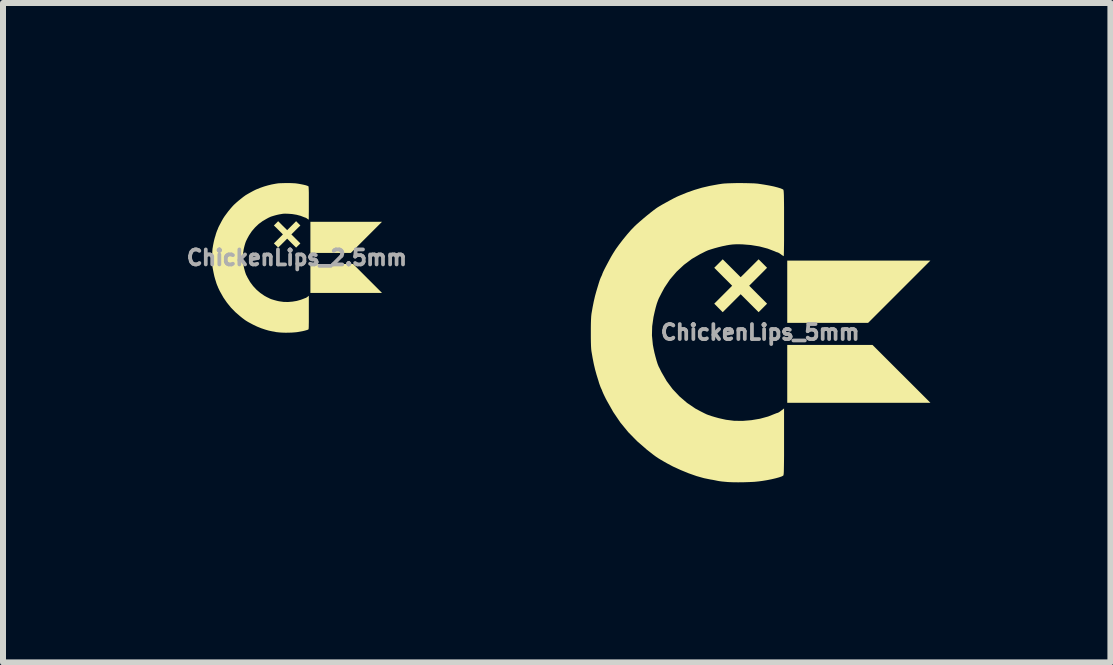
<source format=kicad_pcb>
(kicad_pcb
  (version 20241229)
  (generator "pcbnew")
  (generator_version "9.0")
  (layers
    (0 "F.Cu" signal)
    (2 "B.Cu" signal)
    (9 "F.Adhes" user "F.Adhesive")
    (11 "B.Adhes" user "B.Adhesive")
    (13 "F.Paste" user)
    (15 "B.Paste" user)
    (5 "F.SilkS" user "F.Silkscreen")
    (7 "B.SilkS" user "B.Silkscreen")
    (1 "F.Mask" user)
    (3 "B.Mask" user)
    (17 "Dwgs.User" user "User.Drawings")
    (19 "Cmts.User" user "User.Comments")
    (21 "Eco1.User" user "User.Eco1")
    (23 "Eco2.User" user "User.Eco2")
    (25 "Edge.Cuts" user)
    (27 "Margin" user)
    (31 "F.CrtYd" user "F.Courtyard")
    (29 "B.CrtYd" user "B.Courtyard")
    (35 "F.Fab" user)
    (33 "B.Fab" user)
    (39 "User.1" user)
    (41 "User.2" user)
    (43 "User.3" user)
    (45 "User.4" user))
  (footprint "ChickenLips_2.5mm"
    (layer "F.Cu")
    (at 1.896 1.243)
    (property "Reference" "ChickenLips_2.5mm" (at 0 0 0) (layer "F.Fab") (effects (font (size 0.25 0.25) (thickness 0.3))))
    (attr board_only exclude_from_pos_files exclude_from_bom)
    (fp_poly (pts (xy 1.158 -0.338) (xy 0.899 -0.079) (xy 0.225 -0.079) (xy 0.225 -0.598) (xy 1.418 -0.598)) (stroke (width 0) (type solid)) (fill yes) (layer "F.SilkS"))
    (fp_poly (pts (xy 1.177 0.346) (xy 1.418 0.587) (xy 0.225 0.587) (xy 0.225 0.105) (xy 0.936 0.105)) (stroke (width 0) (type solid)) (fill yes) (layer "F.SilkS"))
    (fp_poly (pts (xy 0.058 -0.537) (xy -0.017 -0.463) (xy -0.092 -0.388) (xy -0.017 -0.313) (xy 0.058 -0.238) (xy -0.013 -0.168) (xy -0.088 -0.242) (xy -0.162 -0.317) (xy -0.237 -0.242) (xy -0.312 -0.168) (xy -0.347 -0.203) (xy -0.383 -0.238) (xy -0.308 -0.313) (xy -0.233 -0.388) (xy -0.308 -0.463) (xy -0.383 -0.537) (xy -0.347 -0.573) (xy -0.312 -0.608) (xy -0.237 -0.533) (xy -0.162 -0.459) (xy -0.088 -0.533) (xy -0.013 -0.608)) (stroke (width 0) (type solid)) (fill yes) (layer "F.SilkS"))
    (fp_poly (pts (xy -0.117 -1.243) (xy -0.081 -1.242) (xy -0.049 -1.24) (xy -0.024 -1.239) (xy -0.016 -1.238) (xy 0.031 -1.231) (xy 0.074 -1.223) (xy 0.113 -1.215) (xy 0.146 -1.207) (xy 0.171 -1.199) (xy 0.189 -1.191) (xy 0.193 -1.188) (xy 0.194 -1.185) (xy 0.195 -1.177) (xy 0.196 -1.163) (xy 0.197 -1.144) (xy 0.198 -1.117) (xy 0.199 -1.083) (xy 0.199 -1.041) (xy 0.199 -0.99) (xy 0.199 -0.929) (xy 0.199 -0.909) (xy 0.199 -0.856) (xy 0.199 -0.807) (xy 0.199 -0.762) (xy 0.198 -0.722) (xy 0.198 -0.689) (xy 0.198 -0.662) (xy 0.197 -0.644) (xy 0.197 -0.635) (xy 0.197 -0.634) (xy 0.191 -0.637) (xy 0.18 -0.644) (xy 0.172 -0.65) (xy 0.159 -0.659) (xy 0.149 -0.665) (xy 0.145 -0.666) (xy 0.138 -0.668) (xy 0.125 -0.673) (xy 0.124 -0.673) (xy 0.063 -0.697) (xy -0.005 -0.715) (xy -0.078 -0.727) (xy -0.146 -0.732) (xy -0.18 -0.733) (xy -0.207 -0.733) (xy -0.231 -0.732) (xy -0.255 -0.728) (xy -0.284 -0.723) (xy -0.285 -0.723) (xy -0.315 -0.717) (xy -0.348 -0.709) (xy -0.38 -0.7) (xy -0.41 -0.691) (xy -0.435 -0.683) (xy -0.45 -0.676) (xy -0.459 -0.672) (xy -0.474 -0.665) (xy -0.492 -0.655) (xy -0.498 -0.652) (xy -0.569 -0.611) (xy -0.636 -0.562) (xy -0.697 -0.504) (xy -0.751 -0.441) (xy -0.797 -0.372) (xy -0.82 -0.33) (xy -0.83 -0.311) (xy -0.838 -0.294) (xy -0.844 -0.283) (xy -0.845 -0.281) (xy -0.852 -0.264) (xy -0.861 -0.238) (xy -0.87 -0.207) (xy -0.879 -0.172) (xy -0.887 -0.137) (xy -0.888 -0.128) (xy -0.9 -0.05) (xy -0.901 0.026) (xy -0.894 0.103) (xy -0.888 0.133) (xy -0.881 0.169) (xy -0.872 0.204) (xy -0.863 0.236) (xy -0.854 0.263) (xy -0.847 0.283) (xy -0.845 0.286) (xy -0.84 0.296) (xy -0.832 0.311) (xy -0.823 0.33) (xy -0.82 0.335) (xy -0.779 0.406) (xy -0.729 0.473) (xy -0.672 0.534) (xy -0.609 0.588) (xy -0.54 0.635) (xy -0.498 0.658) (xy -0.479 0.667) (xy -0.462 0.675) (xy -0.452 0.681) (xy -0.45 0.681) (xy -0.433 0.689) (xy -0.408 0.697) (xy -0.378 0.706) (xy -0.345 0.715) (xy -0.313 0.723) (xy -0.285 0.728) (xy -0.218 0.737) (xy -0.146 0.738) (xy -0.074 0.732) (xy -0.002 0.72) (xy 0.066 0.701) (xy 0.124 0.679) (xy 0.137 0.673) (xy 0.145 0.671) (xy 0.146 0.671) (xy 0.153 0.668) (xy 0.165 0.66) (xy 0.175 0.653) (xy 0.199 0.634) (xy 0.199 0.911) (xy 0.199 0.975) (xy 0.199 1.03) (xy 0.199 1.075) (xy 0.198 1.112) (xy 0.198 1.141) (xy 0.197 1.162) (xy 0.196 1.178) (xy 0.195 1.188) (xy 0.193 1.193) (xy 0.193 1.194) (xy 0.18 1.201) (xy 0.158 1.208) (xy 0.129 1.216) (xy 0.095 1.224) (xy 0.057 1.231) (xy 0.017 1.238) (xy -0.013 1.242) (xy -0.048 1.245) (xy -0.09 1.248) (xy -0.137 1.249) (xy -0.183 1.25) (xy -0.228 1.249) (xy -0.266 1.247) (xy -0.267 1.247) (xy -0.294 1.245) (xy -0.321 1.242) (xy -0.342 1.24) (xy -0.356 1.237) (xy -0.375 1.233) (xy -0.398 1.229) (xy -0.411 1.227) (xy -0.468 1.215) (xy -0.53 1.197) (xy -0.595 1.175) (xy -0.662 1.148) (xy -0.727 1.117) (xy -0.774 1.092) (xy -0.804 1.076) (xy -0.828 1.062) (xy -0.849 1.049) (xy -0.868 1.036) (xy -0.888 1.021) (xy -0.912 1.003) (xy -0.941 0.979) (xy -0.943 0.978) (xy -1.025 0.907) (xy -1.098 0.832) (xy -1.164 0.751) (xy -1.224 0.664) (xy -1.278 0.568) (xy -1.287 0.551) (xy -1.298 0.528) (xy -1.307 0.509) (xy -1.313 0.496) (xy -1.316 0.489) (xy -1.316 0.489) (xy -1.318 0.482) (xy -1.323 0.47) (xy -1.324 0.469) (xy -1.33 0.455) (xy -1.337 0.436) (xy -1.342 0.422) (xy -1.348 0.401) (xy -1.356 0.376) (xy -1.364 0.35) (xy -1.365 0.346) (xy -1.375 0.31) (xy -1.385 0.265) (xy -1.395 0.215) (xy -1.405 0.16) (xy -1.405 0.157) (xy -1.407 0.139) (xy -1.409 0.113) (xy -1.41 0.08) (xy -1.41 0.043) (xy -1.411 0.004) (xy -1.41 -0.035) (xy -1.41 -0.072) (xy -1.409 -0.106) (xy -1.407 -0.132) (xy -1.406 -0.151) (xy -1.405 -0.152) (xy -1.396 -0.207) (xy -1.386 -0.258) (xy -1.376 -0.302) (xy -1.366 -0.339) (xy -1.365 -0.341) (xy -1.357 -0.366) (xy -1.35 -0.392) (xy -1.343 -0.414) (xy -1.342 -0.417) (xy -1.335 -0.436) (xy -1.328 -0.455) (xy -1.324 -0.464) (xy -1.318 -0.476) (xy -1.316 -0.483) (xy -1.316 -0.484) (xy -1.313 -0.491) (xy -1.307 -0.506) (xy -1.297 -0.526) (xy -1.284 -0.551) (xy -1.27 -0.577) (xy -1.256 -0.604) (xy -1.242 -0.629) (xy -1.229 -0.652) (xy -1.226 -0.657) (xy -1.203 -0.692) (xy -1.174 -0.731) (xy -1.143 -0.773) (xy -1.109 -0.814) (xy -1.077 -0.851) (xy -1.049 -0.881) (xy -1.029 -0.899) (xy -1.004 -0.922) (xy -0.975 -0.947) (xy -0.944 -0.972) (xy -0.914 -0.996) (xy -0.886 -1.018) (xy -0.863 -1.034) (xy -0.857 -1.039) (xy -0.837 -1.051) (xy -0.811 -1.066) (xy -0.781 -1.083) (xy -0.75 -1.1) (xy -0.72 -1.116) (xy -0.694 -1.129) (xy -0.677 -1.137) (xy -0.61 -1.164) (xy -0.547 -1.186) (xy -0.485 -1.204) (xy -0.42 -1.22) (xy -0.35 -1.233) (xy -0.317 -1.238) (xy -0.297 -1.24) (xy -0.269 -1.241) (xy -0.235 -1.242) (xy -0.197 -1.243) (xy -0.157 -1.243)) (stroke (width 0) (type solid)) (fill yes) (layer "F.SilkS")))
  (footprint "ChickenLips_5mm"
    (layer "F.Cu")
    (at 9.614 2.486)
    (property "Reference" "ChickenLips_5mm" (at 0 0 0) (layer "F.Fab") (effects (font (size 0.25 0.25) (thickness 0.3))))
    (attr board_only exclude_from_pos_files exclude_from_bom)
    (fp_poly (pts (xy 1.798 -0.157) (xy 0.451 -0.157) (xy 0.451 -1.195) (xy 2.836 -1.195)) (stroke (width 0) (type solid)) (fill yes) (layer "F.SilkS"))
    (fp_poly (pts (xy 2.836 1.174) (xy 0.451 1.174) (xy 0.451 0.21) (xy 1.871 0.21)) (stroke (width 0) (type solid)) (fill yes) (layer "F.SilkS"))
    (fp_poly (pts (xy 0.115 -1.075) (xy -0.034 -0.925) (xy -0.183 -0.776) (xy -0.034 -0.626) (xy 0.115 -0.477) (xy 0.045 -0.406) (xy -0.026 -0.335) (xy -0.325 -0.634) (xy -0.624 -0.335) (xy -0.695 -0.406) (xy -0.765 -0.477) (xy -0.616 -0.626) (xy -0.467 -0.776) (xy -0.616 -0.925) (xy -0.765 -1.075) (xy -0.624 -1.216) (xy -0.474 -1.067) (xy -0.325 -0.918) (xy -0.175 -1.067) (xy -0.026 -1.216)) (stroke (width 0) (type solid)) (fill yes) (layer "F.SilkS"))
    (fp_poly (pts (xy -0.235 -2.485) (xy -0.161 -2.483) (xy -0.097 -2.481) (xy -0.048 -2.477) (xy -0.031 -2.475) (xy 0.061 -2.461) (xy 0.148 -2.446) (xy 0.226 -2.43) (xy 0.291 -2.413) (xy 0.343 -2.397) (xy 0.377 -2.382) (xy 0.385 -2.377) (xy 0.388 -2.37) (xy 0.391 -2.354) (xy 0.393 -2.326) (xy 0.395 -2.287) (xy 0.396 -2.234) (xy 0.397 -2.166) (xy 0.398 -2.081) (xy 0.398 -1.979) (xy 0.398 -1.858) (xy 0.398 -1.817) (xy 0.398 -1.712) (xy 0.398 -1.614) (xy 0.398 -1.524) (xy 0.397 -1.444) (xy 0.396 -1.377) (xy 0.395 -1.325) (xy 0.394 -1.288) (xy 0.393 -1.27) (xy 0.393 -1.268) (xy 0.382 -1.274) (xy 0.36 -1.288) (xy 0.344 -1.3) (xy 0.318 -1.318) (xy 0.297 -1.329) (xy 0.291 -1.331) (xy 0.275 -1.335) (xy 0.251 -1.345) (xy 0.248 -1.347) (xy 0.126 -1.394) (xy -0.01 -1.43) (xy -0.156 -1.454) (xy -0.292 -1.465) (xy -0.359 -1.467) (xy -0.414 -1.466) (xy -0.462 -1.463) (xy -0.511 -1.457) (xy -0.569 -1.447) (xy -0.57 -1.446) (xy -0.63 -1.434) (xy -0.695 -1.418) (xy -0.761 -1.4) (xy -0.82 -1.382) (xy -0.869 -1.366) (xy -0.901 -1.352) (xy -0.918 -1.344) (xy -0.947 -1.329) (xy -0.985 -1.31) (xy -0.996 -1.305) (xy -1.138 -1.223) (xy -1.271 -1.123) (xy -1.393 -1.009) (xy -1.502 -0.882) (xy -1.594 -0.745) (xy -1.64 -0.66) (xy -1.66 -0.621) (xy -1.677 -0.588) (xy -1.688 -0.566) (xy -1.69 -0.562) (xy -1.704 -0.527) (xy -1.722 -0.477) (xy -1.74 -0.414) (xy -1.757 -0.345) (xy -1.773 -0.273) (xy -1.777 -0.255) (xy -1.799 -0.1) (xy -1.803 0.052) (xy -1.788 0.206) (xy -1.777 0.266) (xy -1.762 0.337) (xy -1.744 0.407) (xy -1.726 0.472) (xy -1.709 0.526) (xy -1.693 0.566) (xy -1.69 0.573) (xy -1.68 0.591) (xy -1.665 0.622) (xy -1.646 0.66) (xy -1.64 0.671) (xy -1.558 0.813) (xy -1.459 0.946) (xy -1.344 1.068) (xy -1.217 1.177) (xy -1.08 1.27) (xy -0.996 1.315) (xy -0.957 1.335) (xy -0.925 1.351) (xy -0.904 1.361) (xy -0.901 1.363) (xy -0.866 1.377) (xy -0.816 1.394) (xy -0.756 1.412) (xy -0.691 1.43) (xy -0.625 1.445) (xy -0.57 1.457) (xy -0.435 1.474) (xy -0.293 1.476) (xy -0.147 1.464) (xy -0.004 1.44) (xy 0.132 1.403) (xy 0.248 1.357) (xy 0.273 1.347) (xy 0.291 1.342) (xy 0.292 1.342) (xy 0.305 1.336) (xy 0.329 1.321) (xy 0.35 1.305) (xy 0.398 1.269) (xy 0.398 1.823) (xy 0.398 1.951) (xy 0.398 2.059) (xy 0.397 2.15) (xy 0.396 2.223) (xy 0.395 2.281) (xy 0.394 2.325) (xy 0.392 2.356) (xy 0.389 2.376) (xy 0.386 2.386) (xy 0.385 2.387) (xy 0.359 2.401) (xy 0.316 2.416) (xy 0.258 2.432) (xy 0.19 2.448) (xy 0.114 2.463) (xy 0.035 2.476) (xy -0.026 2.484) (xy -0.096 2.491) (xy -0.181 2.495) (xy -0.273 2.498) (xy -0.367 2.499) (xy -0.455 2.498) (xy -0.533 2.495) (xy -0.534 2.495) (xy -0.589 2.49) (xy -0.641 2.485) (xy -0.685 2.479) (xy -0.712 2.474) (xy -0.75 2.466) (xy -0.797 2.457) (xy -0.823 2.453) (xy -0.936 2.43) (xy -1.06 2.395) (xy -1.191 2.349) (xy -1.323 2.295) (xy -1.454 2.235) (xy -1.548 2.185) (xy -1.608 2.151) (xy -1.656 2.123) (xy -1.697 2.098) (xy -1.736 2.072) (xy -1.777 2.042) (xy -1.824 2.005) (xy -1.883 1.959) (xy -1.887 1.956) (xy -2.05 1.814) (xy -2.197 1.664) (xy -2.329 1.503) (xy -2.448 1.327) (xy -2.556 1.136) (xy -2.574 1.102) (xy -2.596 1.057) (xy -2.614 1.019) (xy -2.626 0.991) (xy -2.631 0.978) (xy -2.631 0.978) (xy -2.636 0.964) (xy -2.647 0.94) (xy -2.648 0.938) (xy -2.66 0.911) (xy -2.674 0.873) (xy -2.684 0.844) (xy -2.696 0.803) (xy -2.712 0.752) (xy -2.728 0.7) (xy -2.73 0.692) (xy -2.75 0.62) (xy -2.771 0.531) (xy -2.791 0.43) (xy -2.81 0.32) (xy -2.811 0.314) (xy -2.815 0.278) (xy -2.818 0.226) (xy -2.82 0.16) (xy -2.821 0.086) (xy -2.821 0.008) (xy -2.821 -0.071) (xy -2.82 -0.145) (xy -2.818 -0.211) (xy -2.815 -0.265) (xy -2.811 -0.302) (xy -2.811 -0.304) (xy -2.792 -0.414) (xy -2.772 -0.515) (xy -2.751 -0.605) (xy -2.731 -0.678) (xy -2.73 -0.681) (xy -2.715 -0.732) (xy -2.699 -0.784) (xy -2.686 -0.827) (xy -2.684 -0.833) (xy -2.671 -0.873) (xy -2.657 -0.909) (xy -2.648 -0.928) (xy -2.637 -0.951) (xy -2.631 -0.967) (xy -2.631 -0.968) (xy -2.626 -0.982) (xy -2.613 -1.012) (xy -2.593 -1.053) (xy -2.568 -1.101) (xy -2.54 -1.154) (xy -2.511 -1.208) (xy -2.483 -1.259) (xy -2.457 -1.303) (xy -2.451 -1.313) (xy -2.406 -1.384) (xy -2.349 -1.463) (xy -2.285 -1.546) (xy -2.219 -1.627) (xy -2.154 -1.702) (xy -2.097 -1.761) (xy -2.058 -1.798) (xy -2.007 -1.843) (xy -1.949 -1.893) (xy -1.888 -1.944) (xy -1.827 -1.993) (xy -1.772 -2.036) (xy -1.727 -2.069) (xy -1.714 -2.078) (xy -1.675 -2.102) (xy -1.622 -2.133) (xy -1.562 -2.166) (xy -1.5 -2.2) (xy -1.44 -2.232) (xy -1.388 -2.258) (xy -1.354 -2.273) (xy -1.22 -2.328) (xy -1.095 -2.372) (xy -0.97 -2.409) (xy -0.841 -2.439) (xy -0.699 -2.465) (xy -0.634 -2.475) (xy -0.594 -2.479) (xy -0.538 -2.482) (xy -0.469 -2.484) (xy -0.393 -2.486) (xy -0.313 -2.486)) (stroke (width 0) (type solid)) (fill yes) (layer "F.SilkS")))
  (gr_rect
    (start -3 -3)
    (end 15.449 7.985)
    (stroke (width 0.1) (type default))
    (fill no)
    (layer "Edge.Cuts")))
</source>
